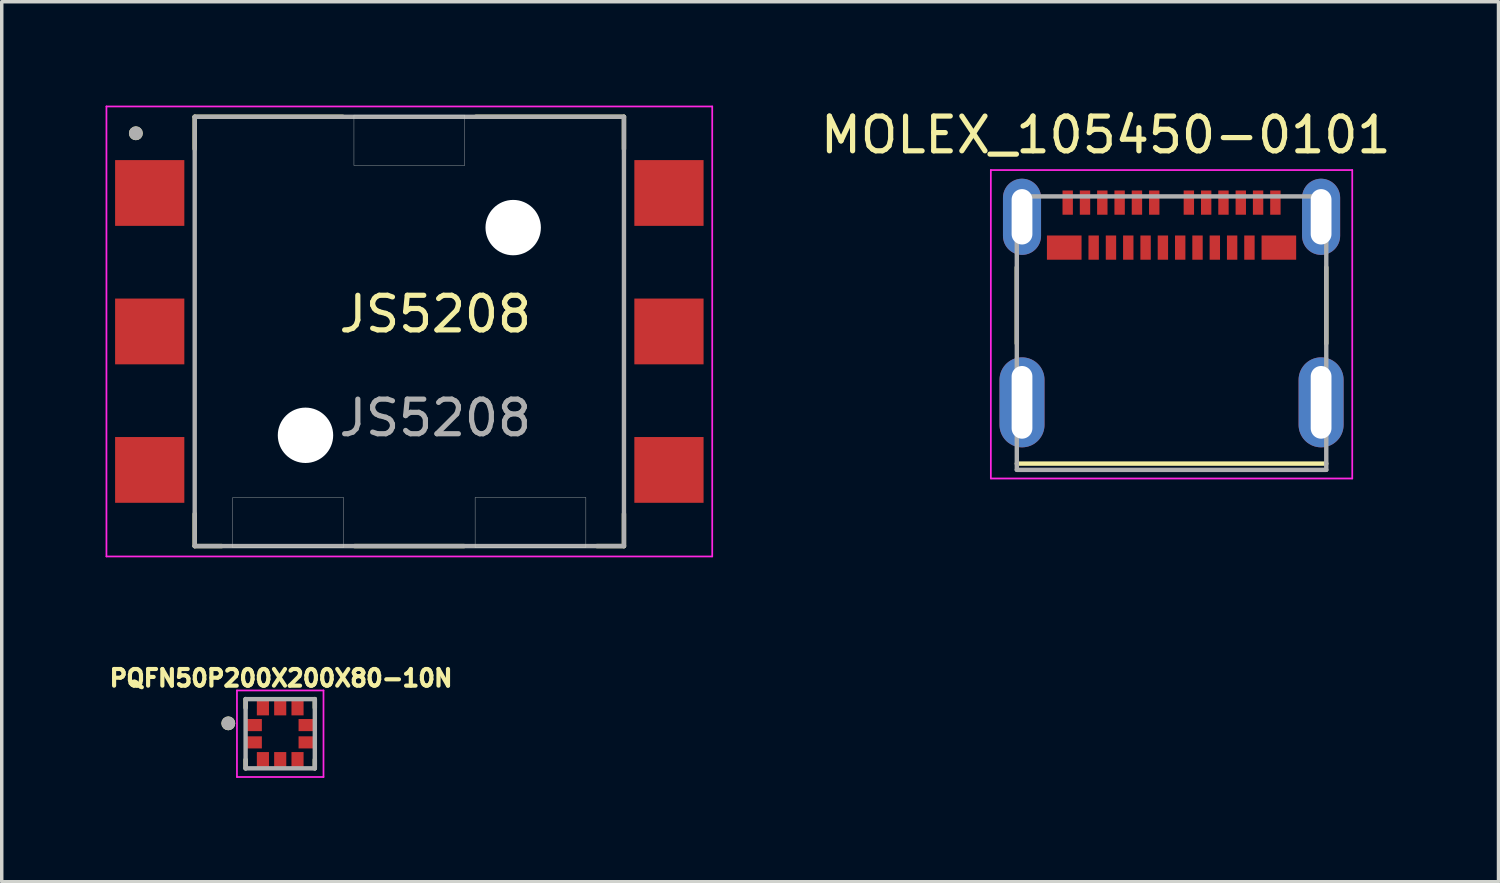
<source format=kicad_pcb>
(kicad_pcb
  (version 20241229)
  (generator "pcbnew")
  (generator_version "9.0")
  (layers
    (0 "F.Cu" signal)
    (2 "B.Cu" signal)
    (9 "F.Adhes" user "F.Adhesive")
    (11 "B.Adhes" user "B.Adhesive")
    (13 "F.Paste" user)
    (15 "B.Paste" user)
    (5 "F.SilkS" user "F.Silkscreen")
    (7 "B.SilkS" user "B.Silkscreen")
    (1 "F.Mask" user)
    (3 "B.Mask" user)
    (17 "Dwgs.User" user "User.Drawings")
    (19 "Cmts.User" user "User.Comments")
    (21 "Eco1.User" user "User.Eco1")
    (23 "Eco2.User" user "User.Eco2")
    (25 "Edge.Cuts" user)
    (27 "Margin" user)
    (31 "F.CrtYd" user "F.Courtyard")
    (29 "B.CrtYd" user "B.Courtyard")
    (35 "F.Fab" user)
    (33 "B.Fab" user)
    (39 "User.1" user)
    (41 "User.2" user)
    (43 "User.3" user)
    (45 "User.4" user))
  (footprint "PQFN50P200X200X80-10N"
    (layer "F.Cu")
    (at 5.045 18.146)
    (property "Reference" "PQFN50P200X200X80-10N" (at 0.024 -1.605 0) (layer "F.SilkS") (effects (font (size 0.48 0.48) (thickness 0.15))))
    (attr smd)
    (fp_line (start -1 -0.75) (end -1 -1) (stroke (width 0.127) (type solid)) (layer "F.SilkS"))
    (fp_line (start -1 1) (end -1 0.75) (stroke (width 0.127) (type solid)) (layer "F.SilkS"))
    (fp_line (start 1 -1) (end 1 -0.75) (stroke (width 0.127) (type solid)) (layer "F.SilkS"))
    (fp_line (start 1 1) (end 1 0.75) (stroke (width 0.127) (type solid)) (layer "F.SilkS"))
    (fp_circle (center -1.5 -0.3) (end -1.4 -0.3) (stroke (width 0.2) (type solid)) (fill no) (layer "F.SilkS"))
    (fp_line (start -1.25 -1.25) (end 1.25 -1.25) (stroke (width 0.05) (type solid)) (layer "F.CrtYd"))
    (fp_line (start -1.25 1.25) (end -1.25 -1.25) (stroke (width 0.05) (type solid)) (layer "F.CrtYd"))
    (fp_line (start 1.25 -1.25) (end 1.25 1.25) (stroke (width 0.05) (type solid)) (layer "F.CrtYd"))
    (fp_line (start 1.25 1.25) (end -1.25 1.25) (stroke (width 0.05) (type solid)) (layer "F.CrtYd"))
    (fp_line (start -1 -1) (end 1 -1) (stroke (width 0.127) (type solid)) (layer "F.Fab"))
    (fp_line (start -1 1) (end -1 -1) (stroke (width 0.127) (type solid)) (layer "F.Fab"))
    (fp_line (start 1 -1) (end 1 1) (stroke (width 0.127) (type solid)) (layer "F.Fab"))
    (fp_line (start 1 1) (end -1 1) (stroke (width 0.127) (type solid)) (layer "F.Fab"))
    (fp_circle (center -1.5 -0.3) (end -1.4 -0.3) (stroke (width 0.2) (type solid)) (fill no) (layer "F.Fab"))
    (pad "1" smd rect (at -0.745 -0.25) (size 0.43 0.35) (layers "F.Cu" "F.Mask" "F.Paste"))
    (pad "2" smd rect (at -0.745 0.25) (size 0.43 0.35) (layers "F.Cu" "F.Mask" "F.Paste"))
    (pad "3" smd rect (at -0.5 0.745) (size 0.35 0.43) (layers "F.Cu" "F.Mask" "F.Paste"))
    (pad "4" smd rect (at 0 0.745) (size 0.35 0.43) (layers "F.Cu" "F.Mask" "F.Paste"))
    (pad "5" smd rect (at 0.5 0.745) (size 0.35 0.43) (layers "F.Cu" "F.Mask" "F.Paste"))
    (pad "6" smd rect (at 0.745 0.25) (size 0.43 0.35) (layers "F.Cu" "F.Mask" "F.Paste"))
    (pad "7" smd rect (at 0.745 -0.25) (size 0.43 0.35) (layers "F.Cu" "F.Mask" "F.Paste"))
    (pad "8" smd rect (at 0.5 -0.745) (size 0.35 0.43) (layers "F.Cu" "F.Mask" "F.Paste"))
    (pad "9" smd rect (at 0 -0.745) (size 0.35 0.43) (layers "F.Cu" "F.Mask" "F.Paste"))
    (pad "10" smd rect (at -0.5 -0.745) (size 0.35 0.43) (layers "F.Cu" "F.Mask" "F.Paste")))
  (footprint "JS5208"
    (layer "F.Cu")
    (at 9.525 6.525)
    (property "Reference" "JS5208" (at 0 -0.5 0) (unlocked yes) (layer "F.SilkS") (effects (font (size 1 1) (thickness 0.15))))
    (attr smd)
    (fp_line (start -6.95 -6.2) (end -2.67 -6.2) (stroke (width 0.127) (type solid)) (layer "F.SilkS"))
    (fp_line (start -6.95 -5.27) (end -6.95 -6.2) (stroke (width 0.127) (type solid)) (layer "F.SilkS"))
    (fp_line (start -6.95 5.27) (end -6.95 6.2) (stroke (width 0.127) (type solid)) (layer "F.SilkS"))
    (fp_line (start -6.95 6.2) (end -6.17 6.2) (stroke (width 0.127) (type solid)) (layer "F.SilkS"))
    (fp_line (start -2.33 6.2) (end 0.83 6.2) (stroke (width 0.127) (type solid)) (layer "F.SilkS"))
    (fp_line (start 1.17 -6.2) (end 5.45 -6.2) (stroke (width 0.127) (type solid)) (layer "F.SilkS"))
    (fp_line (start 4.67 6.2) (end 5.45 6.2) (stroke (width 0.127) (type solid)) (layer "F.SilkS"))
    (fp_line (start 5.45 -6.2) (end 5.45 -5.27) (stroke (width 0.127) (type solid)) (layer "F.SilkS"))
    (fp_line (start 5.45 6.2) (end 5.45 5.27) (stroke (width 0.127) (type solid)) (layer "F.SilkS"))
    (fp_circle (center -8.65 -5.725) (end -8.55 -5.725) (stroke (width 0.2) (type solid)) (fill no) (layer "F.SilkS"))
    (fp_line (start -5.85 4.8) (end -2.65 4.8) (stroke (width 0.01) (type solid)) (layer "Edge.Cuts"))
    (fp_line (start -5.85 6.25) (end -5.85 4.8) (stroke (width 0.01) (type solid)) (layer "Edge.Cuts"))
    (fp_line (start -2.65 4.8) (end -2.65 6.25) (stroke (width 0.01) (type solid)) (layer "Edge.Cuts"))
    (fp_line (start -2.65 6.25) (end -5.85 6.25) (stroke (width 0.01) (type solid)) (layer "Edge.Cuts"))
    (fp_line (start -2.35 -6.25) (end 0.85 -6.25) (stroke (width 0.01) (type solid)) (layer "Edge.Cuts"))
    (fp_line (start -2.35 -4.8) (end -2.35 -6.25) (stroke (width 0.01) (type solid)) (layer "Edge.Cuts"))
    (fp_line (start 0.85 -6.25) (end 0.85 -4.8) (stroke (width 0.01) (type solid)) (layer "Edge.Cuts"))
    (fp_line (start 0.85 -4.8) (end -2.35 -4.8) (stroke (width 0.01) (type solid)) (layer "Edge.Cuts"))
    (fp_line (start 1.15 4.8) (end 1.15 6.25) (stroke (width 0.01) (type solid)) (layer "Edge.Cuts"))
    (fp_line (start 1.15 6.25) (end 4.35 6.25) (stroke (width 0.01) (type solid)) (layer "Edge.Cuts"))
    (fp_line (start 4.35 4.8) (end 1.15 4.8) (stroke (width 0.01) (type solid)) (layer "Edge.Cuts"))
    (fp_line (start 4.35 6.25) (end 4.35 4.8) (stroke (width 0.01) (type solid)) (layer "Edge.Cuts"))
    (fp_line (start -9.5 -6.5) (end -9.5 6.5) (stroke (width 0.05) (type solid)) (layer "F.CrtYd"))
    (fp_line (start -9.5 6.5) (end 8 6.5) (stroke (width 0.05) (type solid)) (layer "F.CrtYd"))
    (fp_line (start 8 -6.5) (end -9.5 -6.5) (stroke (width 0.05) (type solid)) (layer "F.CrtYd"))
    (fp_line (start 8 6.5) (end 8 -6.5) (stroke (width 0.05) (type solid)) (layer "F.CrtYd"))
    (fp_line (start -6.95 -6.2) (end 5.45 -6.2) (stroke (width 0.127) (type solid)) (layer "F.Fab"))
    (fp_line (start -6.95 6.2) (end -6.95 -6.2) (stroke (width 0.127) (type solid)) (layer "F.Fab"))
    (fp_line (start 5.45 -6.2) (end 5.45 6.2) (stroke (width 0.127) (type solid)) (layer "F.Fab"))
    (fp_line (start 5.45 6.2) (end -6.95 6.2) (stroke (width 0.127) (type solid)) (layer "F.Fab"))
    (fp_circle (center -8.65 -5.725) (end -8.55 -5.725) (stroke (width 0.2) (type solid)) (fill no) (layer "F.Fab"))
    (fp_text user "${REFERENCE}" (at 0 2.5 0) (unlocked yes) (layer "F.Fab") (effects (font (size 1 1) (thickness 0.15))))
    (pad "" np_thru_hole circle (at -3.75 3) (size 1.6 1.6) (drill 1.6) (layers "*.Cu" "*.Mask"))
    (pad "" np_thru_hole circle (at 2.25 -3) (size 1.6 1.6) (drill 1.6) (layers "*.Cu" "*.Mask"))
    (pad "1" smd rect (at -8.25 -4) (size 2 1.9) (layers "F.Cu" "F.Mask" "F.Paste"))
    (pad "2" smd rect (at -8.25 0) (size 2 1.9) (layers "F.Cu" "F.Mask" "F.Paste"))
    (pad "3" smd rect (at -8.25 4) (size 2 1.9) (layers "F.Cu" "F.Mask" "F.Paste"))
    (pad "4" smd rect (at 6.75 -4) (size 2 1.9) (layers "F.Cu" "F.Mask" "F.Paste"))
    (pad "5" smd rect (at 6.75 0) (size 2 1.9) (layers "F.Cu" "F.Mask" "F.Paste"))
    (pad "6" smd rect (at 6.75 4) (size 2 1.9) (layers "F.Cu" "F.Mask" "F.Paste")))
  (footprint "MOLEX_105450-0101"
    (layer "F.Cu")
    (at 30.794 6.573)
    (property "Reference" "MOLEX_105450-0101" (at -1.899 -5.723 0) (layer "F.SilkS") (effects (font (size 1.004 1.004) (thickness 0.15))))
    (attr smd)
    (fp_line (start -4.47 0.3) (end -4.47 -1.9) (stroke (width 0.127) (type solid)) (layer "F.SilkS"))
    (fp_line (start -4.47 3.77) (end 4.47 3.77) (stroke (width 0.127) (type solid)) (layer "F.SilkS"))
    (fp_line (start 4.47 0.3) (end 4.47 -1.9) (stroke (width 0.127) (type solid)) (layer "F.SilkS"))
    (fp_line (start -5.22 -4.71) (end 5.22 -4.71) (stroke (width 0.05) (type solid)) (layer "F.CrtYd"))
    (fp_line (start -5.22 4.2) (end -5.22 -4.71) (stroke (width 0.05) (type solid)) (layer "F.CrtYd"))
    (fp_line (start 5.22 -4.71) (end 5.22 4.2) (stroke (width 0.05) (type solid)) (layer "F.CrtYd"))
    (fp_line (start 5.22 4.2) (end -5.22 4.2) (stroke (width 0.05) (type solid)) (layer "F.CrtYd"))
    (fp_line (start -4.47 -3.95) (end -4.47 3.95) (stroke (width 0.127) (type solid)) (layer "F.Fab"))
    (fp_line (start -4.47 3.95) (end 4.47 3.95) (stroke (width 0.127) (type solid)) (layer "F.Fab"))
    (fp_line (start 4.47 -3.95) (end -4.47 -3.95) (stroke (width 0.127) (type solid)) (layer "F.Fab"))
    (fp_line (start 4.47 3.95) (end 4.47 -3.95) (stroke (width 0.127) (type solid)) (layer "F.Fab"))
    (pad "A1" smd rect (at -3 -3.77) (size 0.3 0.7) (layers "F.Cu" "F.Mask" "F.Paste"))
    (pad "A2" smd rect (at -2.5 -3.77) (size 0.3 0.7) (layers "F.Cu" "F.Mask" "F.Paste"))
    (pad "A3" smd rect (at -2 -3.77) (size 0.3 0.7) (layers "F.Cu" "F.Mask" "F.Paste"))
    (pad "A4" smd rect (at -1.5 -3.77) (size 0.3 0.7) (layers "F.Cu" "F.Mask" "F.Paste"))
    (pad "A5" smd rect (at -1 -3.77) (size 0.3 0.7) (layers "F.Cu" "F.Mask" "F.Paste"))
    (pad "A6" smd rect (at -0.5 -3.77) (size 0.3 0.7) (layers "F.Cu" "F.Mask" "F.Paste"))
    (pad "A7" smd rect (at 0.5 -3.77) (size 0.3 0.7) (layers "F.Cu" "F.Mask" "F.Paste"))
    (pad "A8" smd rect (at 1 -3.77) (size 0.3 0.7) (layers "F.Cu" "F.Mask" "F.Paste"))
    (pad "A9" smd rect (at 1.5 -3.77) (size 0.3 0.7) (layers "F.Cu" "F.Mask" "F.Paste"))
    (pad "A10" smd rect (at 2 -3.77) (size 0.3 0.7) (layers "F.Cu" "F.Mask" "F.Paste"))
    (pad "A11" smd rect (at 2.5 -3.77) (size 0.3 0.7) (layers "F.Cu" "F.Mask" "F.Paste"))
    (pad "A12" smd rect (at 3 -3.77) (size 0.3 0.7) (layers "F.Cu" "F.Mask" "F.Paste"))
    (pad "B1" smd rect (at 3.1 -2.47) (size 1 0.7) (layers "F.Cu" "F.Mask" "F.Paste"))
    (pad "B2" smd rect (at 2.25 -2.47) (size 0.3 0.7) (layers "F.Cu" "F.Mask" "F.Paste"))
    (pad "B3" smd rect (at 1.75 -2.47) (size 0.3 0.7) (layers "F.Cu" "F.Mask" "F.Paste"))
    (pad "B4" smd rect (at 1.25 -2.47) (size 0.3 0.7) (layers "F.Cu" "F.Mask" "F.Paste"))
    (pad "B5" smd rect (at 0.75 -2.47) (size 0.3 0.7) (layers "F.Cu" "F.Mask" "F.Paste"))
    (pad "B6" smd rect (at 0.25 -2.47) (size 0.3 0.7) (layers "F.Cu" "F.Mask" "F.Paste"))
    (pad "B7" smd rect (at -0.25 -2.47) (size 0.3 0.7) (layers "F.Cu" "F.Mask" "F.Paste"))
    (pad "B8" smd rect (at -0.75 -2.47) (size 0.3 0.7) (layers "F.Cu" "F.Mask" "F.Paste"))
    (pad "B9" smd rect (at -1.25 -2.47) (size 0.3 0.7) (layers "F.Cu" "F.Mask" "F.Paste"))
    (pad "B10" smd rect (at -1.75 -2.47) (size 0.3 0.7) (layers "F.Cu" "F.Mask" "F.Paste"))
    (pad "B11" smd rect (at -2.25 -2.47) (size 0.3 0.7) (layers "F.Cu" "F.Mask" "F.Paste"))
    (pad "B12" smd rect (at -3.1 -2.47) (size 1 0.7) (layers "F.Cu" "F.Mask" "F.Paste"))
    (pad "S1" thru_hole oval (at -4.32 -3.36) (size 1.1 2.2) (drill oval 0.6 1.6) (layers "*.Cu" "*.Mask"))
    (pad "S2" thru_hole oval (at 4.32 -3.36) (size 1.1 2.2) (drill oval 0.6 1.6) (layers "*.Cu" "*.Mask"))
    (pad "S3" thru_hole oval (at -4.32 2) (size 1.3 2.6) (drill oval 0.6 2.1) (layers "*.Cu" "*.Mask"))
    (pad "S4" thru_hole oval (at 4.32 2) (size 1.3 2.6) (drill oval 0.6 2.1) (layers "*.Cu" "*.Mask"))
    (zone (net_name "") (layer "F.Cu") (hatch full 0.508) (connect_pads) (min_thickness 0.01) (filled_areas_thickness no) (keepout (tracks not_allowed) (vias not_allowed) (pads not_allowed) (copperpour not_allowed) (footprints allowed)) (placement (enabled no)) (fill) (polygon (pts (xy 27.293 4.693) (xy 34.294 4.693) (xy 34.294 10.344) (xy 27.293 10.344))))
    (zone (net_name "") (layers "F.Cu" "B.Cu") (hatch full 0.508) (connect_pads) (min_thickness 0.01) (filled_areas_thickness no) (keepout (tracks allowed) (vias not_allowed) (pads allowed) (copperpour allowed) (footprints allowed)) (placement (enabled no)) (fill) (polygon (pts (xy 27.291 4.693) (xy 34.294 4.693) (xy 34.294 10.346) (xy 27.291 10.346)))))
  (gr_rect
    (start -3 -3)
    (end 40.239 22.421)
    (stroke (width 0.1) (type default))
    (fill no)
    (layer "Edge.Cuts")))
</source>
